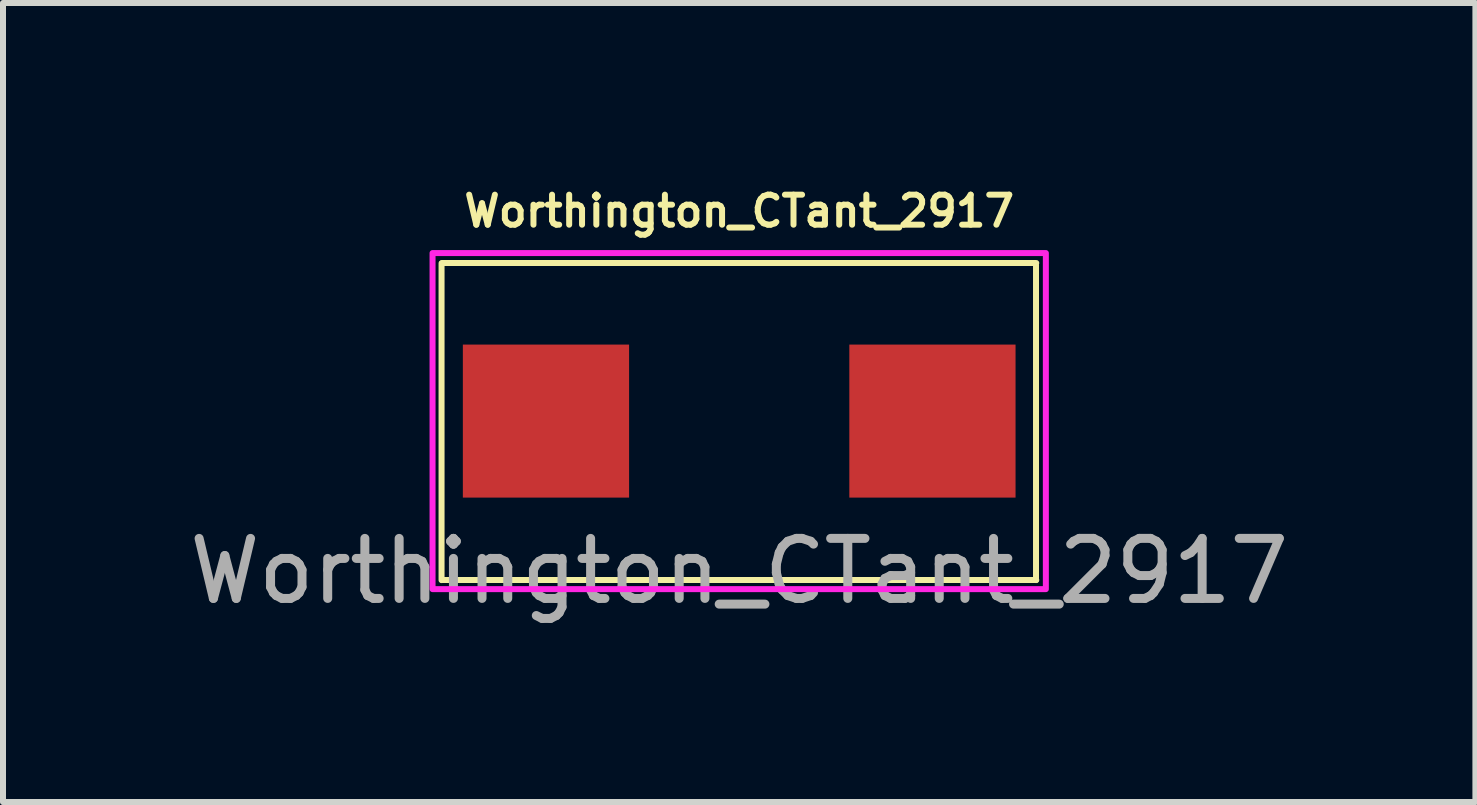
<source format=kicad_pcb>
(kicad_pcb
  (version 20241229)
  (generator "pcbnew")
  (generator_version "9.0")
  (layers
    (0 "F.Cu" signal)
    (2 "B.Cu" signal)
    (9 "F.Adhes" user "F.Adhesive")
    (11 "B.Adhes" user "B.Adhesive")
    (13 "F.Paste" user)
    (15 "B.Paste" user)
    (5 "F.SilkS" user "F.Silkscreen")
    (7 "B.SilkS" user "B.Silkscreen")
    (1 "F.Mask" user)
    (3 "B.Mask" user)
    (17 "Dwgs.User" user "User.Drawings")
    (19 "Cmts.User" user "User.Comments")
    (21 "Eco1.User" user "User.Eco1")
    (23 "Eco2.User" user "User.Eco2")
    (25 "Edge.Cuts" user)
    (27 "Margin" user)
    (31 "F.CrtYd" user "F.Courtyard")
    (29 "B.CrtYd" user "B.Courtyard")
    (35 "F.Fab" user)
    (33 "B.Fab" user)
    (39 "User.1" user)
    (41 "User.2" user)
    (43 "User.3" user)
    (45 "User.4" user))
  (footprint "Worthington_CTant_2917"
    (layer "F.Cu")
    (at 9.268 3.967)
    (property "Reference" "Worthington_CTant_2917" (at 0 -3.499 0) (unlocked yes) (layer "F.SilkS") (effects (font (size 0.5 0.5) (thickness 0.1))))
    (attr through_hole)
    (fp_line (start -4.96 2.65) (end -4.96 -2.63) (stroke (width 0.1) (type solid)) (layer "F.SilkS"))
    (fp_line (start 4.946 -2.6) (end 4.946 2.65) (stroke (width 0.1) (type default)) (layer "F.SilkS"))
    (fp_line (start 4.95 -2.634) (end -4.95 -2.634) (stroke (width 0.1) (type default)) (layer "F.SilkS"))
    (fp_line (start 4.95 2.648) (end -4.95 2.648) (stroke (width 0.1) (type default)) (layer "F.SilkS"))
    (fp_rect (start -5.11 -2.8) (end 5.11 2.8) (stroke (width 0.1) (type solid)) (fill no) (layer "F.CrtYd"))
    (fp_text user "${REFERENCE}" (at 0 2.5 0) (unlocked yes) (layer "F.Fab") (effects (font (size 1 1) (thickness 0.15))))
    (pad "1" smd rect (at -3.22 0) (size 2.77 2.55) (layers "F.Cu" "F.Mask" "F.Paste"))
    (pad "2" smd rect (at 3.22 0) (size 2.77 2.55) (layers "F.Cu" "F.Mask" "F.Paste")))
  (gr_rect
    (start -3 -3)
    (end 21.536 10.315)
    (stroke (width 0.1) (type default))
    (fill no)
    (layer "Edge.Cuts")))
</source>
